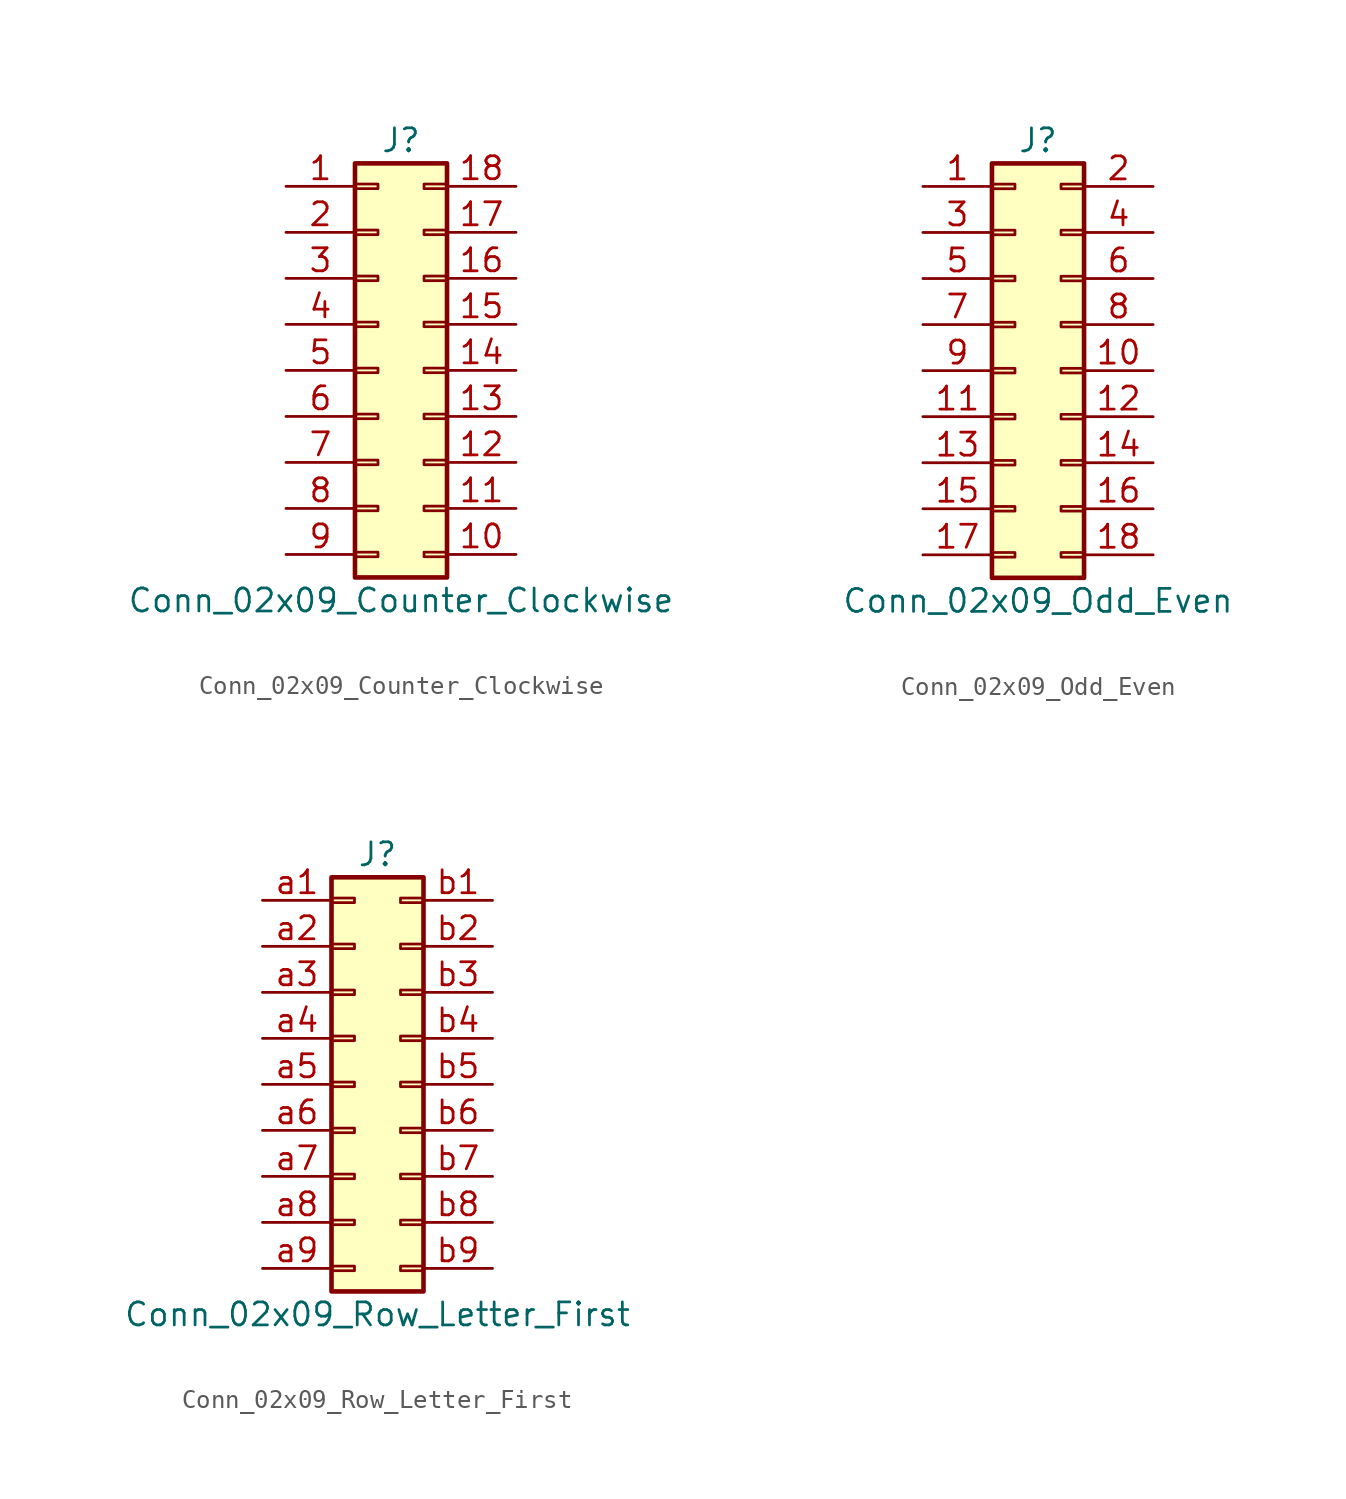
<source format=kicad_sym>
(kicad_symbol_lib
  (version 20201005)
  (generator kicad_symbol_editor)
  (symbol "Conn_02x09_Counter_Clockwise"
    (pin_names
      (offset 1.016) hide)
    (property "Reference" "J"
      (at 1.27 12.7 0)
      (effects (font (size 1.27 1.27))))
    (property "Value" "Conn_02x09_Counter_Clockwise"
      (at 1.27 -12.7 0)
      (effects (font (size 1.27 1.27))))
    (symbol "Conn_02x09_Counter_Clockwise_1_1"
      (rectangle (start -1.27 -10.033) (end 0 -10.287) (stroke (width 0.152)) (fill (type none)))
      (rectangle (start -1.27 -7.493) (end 0 -7.747) (stroke (width 0.152)) (fill (type none)))
      (rectangle (start -1.27 -4.953) (end 0 -5.207) (stroke (width 0.152)) (fill (type none)))
      (rectangle (start -1.27 -2.413) (end 0 -2.667) (stroke (width 0.152)) (fill (type none)))
      (rectangle (start -1.27 0.127) (end 0 -0.127) (stroke (width 0.152)) (fill (type none)))
      (rectangle (start -1.27 2.667) (end 0 2.413) (stroke (width 0.152)) (fill (type none)))
      (rectangle (start -1.27 5.207) (end 0 4.953) (stroke (width 0.152)) (fill (type none)))
      (rectangle (start -1.27 7.747) (end 0 7.493) (stroke (width 0.152)) (fill (type none)))
      (rectangle (start -1.27 10.287) (end 0 10.033) (stroke (width 0.152)) (fill (type none)))
      (rectangle (start -1.27 11.43) (end 3.81 -11.43) (stroke (width 0.254)) (fill (type background)))
      (rectangle (start 3.81 -10.033) (end 2.54 -10.287) (stroke (width 0.152)) (fill (type none)))
      (rectangle (start 3.81 -7.493) (end 2.54 -7.747) (stroke (width 0.152)) (fill (type none)))
      (rectangle (start 3.81 -4.953) (end 2.54 -5.207) (stroke (width 0.152)) (fill (type none)))
      (rectangle (start 3.81 -2.413) (end 2.54 -2.667) (stroke (width 0.152)) (fill (type none)))
      (rectangle (start 3.81 0.127) (end 2.54 -0.127) (stroke (width 0.152)) (fill (type none)))
      (rectangle (start 3.81 2.667) (end 2.54 2.413) (stroke (width 0.152)) (fill (type none)))
      (rectangle (start 3.81 5.207) (end 2.54 4.953) (stroke (width 0.152)) (fill (type none)))
      (rectangle (start 3.81 7.747) (end 2.54 7.493) (stroke (width 0.152)) (fill (type none)))
      (rectangle (start 3.81 10.287) (end 2.54 10.033) (stroke (width 0.152)) (fill (type none)))
      (pin passive line (at -5.08 10.16 0) (length 3.81) (name "Pin_1" (effects (font (size 1.27 1.27)))) (number "1" (effects (font (size 1.27 1.27)))))
      (pin passive line (at 7.62 -10.16 180) (length 3.81) (name "Pin_10" (effects (font (size 1.27 1.27)))) (number "10" (effects (font (size 1.27 1.27)))))
      (pin passive line (at 7.62 -7.62 180) (length 3.81) (name "Pin_11" (effects (font (size 1.27 1.27)))) (number "11" (effects (font (size 1.27 1.27)))))
      (pin passive line (at 7.62 -5.08 180) (length 3.81) (name "Pin_12" (effects (font (size 1.27 1.27)))) (number "12" (effects (font (size 1.27 1.27)))))
      (pin passive line (at 7.62 -2.54 180) (length 3.81) (name "Pin_13" (effects (font (size 1.27 1.27)))) (number "13" (effects (font (size 1.27 1.27)))))
      (pin passive line (at 7.62 0 180) (length 3.81) (name "Pin_14" (effects (font (size 1.27 1.27)))) (number "14" (effects (font (size 1.27 1.27)))))
      (pin passive line (at 7.62 2.54 180) (length 3.81) (name "Pin_15" (effects (font (size 1.27 1.27)))) (number "15" (effects (font (size 1.27 1.27)))))
      (pin passive line (at 7.62 5.08 180) (length 3.81) (name "Pin_16" (effects (font (size 1.27 1.27)))) (number "16" (effects (font (size 1.27 1.27)))))
      (pin passive line (at 7.62 7.62 180) (length 3.81) (name "Pin_17" (effects (font (size 1.27 1.27)))) (number "17" (effects (font (size 1.27 1.27)))))
      (pin passive line (at 7.62 10.16 180) (length 3.81) (name "Pin_18" (effects (font (size 1.27 1.27)))) (number "18" (effects (font (size 1.27 1.27)))))
      (pin passive line (at -5.08 7.62 0) (length 3.81) (name "Pin_2" (effects (font (size 1.27 1.27)))) (number "2" (effects (font (size 1.27 1.27)))))
      (pin passive line (at -5.08 5.08 0) (length 3.81) (name "Pin_3" (effects (font (size 1.27 1.27)))) (number "3" (effects (font (size 1.27 1.27)))))
      (pin passive line (at -5.08 2.54 0) (length 3.81) (name "Pin_4" (effects (font (size 1.27 1.27)))) (number "4" (effects (font (size 1.27 1.27)))))
      (pin passive line (at -5.08 0 0) (length 3.81) (name "Pin_5" (effects (font (size 1.27 1.27)))) (number "5" (effects (font (size 1.27 1.27)))))
      (pin passive line (at -5.08 -2.54 0) (length 3.81) (name "Pin_6" (effects (font (size 1.27 1.27)))) (number "6" (effects (font (size 1.27 1.27)))))
      (pin passive line (at -5.08 -5.08 0) (length 3.81) (name "Pin_7" (effects (font (size 1.27 1.27)))) (number "7" (effects (font (size 1.27 1.27)))))
      (pin passive line (at -5.08 -7.62 0) (length 3.81) (name "Pin_8" (effects (font (size 1.27 1.27)))) (number "8" (effects (font (size 1.27 1.27)))))
      (pin passive line (at -5.08 -10.16 0) (length 3.81) (name "Pin_9" (effects (font (size 1.27 1.27)))) (number "9" (effects (font (size 1.27 1.27)))))))
  (symbol "Conn_02x09_Odd_Even"
    (pin_names
      (offset 1.016) hide)
    (property "Reference" "J"
      (at 1.27 12.7 0)
      (effects (font (size 1.27 1.27))))
    (property "Value" "Conn_02x09_Odd_Even"
      (at 1.27 -12.7 0)
      (effects (font (size 1.27 1.27))))
    (symbol "Conn_02x09_Odd_Even_1_1"
      (rectangle (start -1.27 -10.033) (end 0 -10.287) (stroke (width 0.152)) (fill (type none)))
      (rectangle (start -1.27 -7.493) (end 0 -7.747) (stroke (width 0.152)) (fill (type none)))
      (rectangle (start -1.27 -4.953) (end 0 -5.207) (stroke (width 0.152)) (fill (type none)))
      (rectangle (start -1.27 -2.413) (end 0 -2.667) (stroke (width 0.152)) (fill (type none)))
      (rectangle (start -1.27 0.127) (end 0 -0.127) (stroke (width 0.152)) (fill (type none)))
      (rectangle (start -1.27 2.667) (end 0 2.413) (stroke (width 0.152)) (fill (type none)))
      (rectangle (start -1.27 5.207) (end 0 4.953) (stroke (width 0.152)) (fill (type none)))
      (rectangle (start -1.27 7.747) (end 0 7.493) (stroke (width 0.152)) (fill (type none)))
      (rectangle (start -1.27 10.287) (end 0 10.033) (stroke (width 0.152)) (fill (type none)))
      (rectangle (start -1.27 11.43) (end 3.81 -11.43) (stroke (width 0.254)) (fill (type background)))
      (rectangle (start 3.81 -10.033) (end 2.54 -10.287) (stroke (width 0.152)) (fill (type none)))
      (rectangle (start 3.81 -7.493) (end 2.54 -7.747) (stroke (width 0.152)) (fill (type none)))
      (rectangle (start 3.81 -4.953) (end 2.54 -5.207) (stroke (width 0.152)) (fill (type none)))
      (rectangle (start 3.81 -2.413) (end 2.54 -2.667) (stroke (width 0.152)) (fill (type none)))
      (rectangle (start 3.81 0.127) (end 2.54 -0.127) (stroke (width 0.152)) (fill (type none)))
      (rectangle (start 3.81 2.667) (end 2.54 2.413) (stroke (width 0.152)) (fill (type none)))
      (rectangle (start 3.81 5.207) (end 2.54 4.953) (stroke (width 0.152)) (fill (type none)))
      (rectangle (start 3.81 7.747) (end 2.54 7.493) (stroke (width 0.152)) (fill (type none)))
      (rectangle (start 3.81 10.287) (end 2.54 10.033) (stroke (width 0.152)) (fill (type none)))
      (pin passive line (at -5.08 10.16 0) (length 3.81) (name "Pin_1" (effects (font (size 1.27 1.27)))) (number "1" (effects (font (size 1.27 1.27)))))
      (pin passive line (at 7.62 0 180) (length 3.81) (name "Pin_10" (effects (font (size 1.27 1.27)))) (number "10" (effects (font (size 1.27 1.27)))))
      (pin passive line (at -5.08 -2.54 0) (length 3.81) (name "Pin_11" (effects (font (size 1.27 1.27)))) (number "11" (effects (font (size 1.27 1.27)))))
      (pin passive line (at 7.62 -2.54 180) (length 3.81) (name "Pin_12" (effects (font (size 1.27 1.27)))) (number "12" (effects (font (size 1.27 1.27)))))
      (pin passive line (at -5.08 -5.08 0) (length 3.81) (name "Pin_13" (effects (font (size 1.27 1.27)))) (number "13" (effects (font (size 1.27 1.27)))))
      (pin passive line (at 7.62 -5.08 180) (length 3.81) (name "Pin_14" (effects (font (size 1.27 1.27)))) (number "14" (effects (font (size 1.27 1.27)))))
      (pin passive line (at -5.08 -7.62 0) (length 3.81) (name "Pin_15" (effects (font (size 1.27 1.27)))) (number "15" (effects (font (size 1.27 1.27)))))
      (pin passive line (at 7.62 -7.62 180) (length 3.81) (name "Pin_16" (effects (font (size 1.27 1.27)))) (number "16" (effects (font (size 1.27 1.27)))))
      (pin passive line (at -5.08 -10.16 0) (length 3.81) (name "Pin_17" (effects (font (size 1.27 1.27)))) (number "17" (effects (font (size 1.27 1.27)))))
      (pin passive line (at 7.62 -10.16 180) (length 3.81) (name "Pin_18" (effects (font (size 1.27 1.27)))) (number "18" (effects (font (size 1.27 1.27)))))
      (pin passive line (at 7.62 10.16 180) (length 3.81) (name "Pin_2" (effects (font (size 1.27 1.27)))) (number "2" (effects (font (size 1.27 1.27)))))
      (pin passive line (at -5.08 7.62 0) (length 3.81) (name "Pin_3" (effects (font (size 1.27 1.27)))) (number "3" (effects (font (size 1.27 1.27)))))
      (pin passive line (at 7.62 7.62 180) (length 3.81) (name "Pin_4" (effects (font (size 1.27 1.27)))) (number "4" (effects (font (size 1.27 1.27)))))
      (pin passive line (at -5.08 5.08 0) (length 3.81) (name "Pin_5" (effects (font (size 1.27 1.27)))) (number "5" (effects (font (size 1.27 1.27)))))
      (pin passive line (at 7.62 5.08 180) (length 3.81) (name "Pin_6" (effects (font (size 1.27 1.27)))) (number "6" (effects (font (size 1.27 1.27)))))
      (pin passive line (at -5.08 2.54 0) (length 3.81) (name "Pin_7" (effects (font (size 1.27 1.27)))) (number "7" (effects (font (size 1.27 1.27)))))
      (pin passive line (at 7.62 2.54 180) (length 3.81) (name "Pin_8" (effects (font (size 1.27 1.27)))) (number "8" (effects (font (size 1.27 1.27)))))
      (pin passive line (at -5.08 0 0) (length 3.81) (name "Pin_9" (effects (font (size 1.27 1.27)))) (number "9" (effects (font (size 1.27 1.27)))))))
  (symbol "Conn_02x09_Row_Letter_First"
    (pin_names
      (offset 1.016) hide)
    (property "Reference" "J"
      (at 1.27 12.7 0)
      (effects (font (size 1.27 1.27))))
    (property "Value" "Conn_02x09_Row_Letter_First"
      (at 1.27 -12.7 0)
      (effects (font (size 1.27 1.27))))
    (symbol "Conn_02x09_Row_Letter_First_1_1"
      (rectangle (start -1.27 -10.033) (end 0 -10.287) (stroke (width 0.152)) (fill (type none)))
      (rectangle (start -1.27 -7.493) (end 0 -7.747) (stroke (width 0.152)) (fill (type none)))
      (rectangle (start -1.27 -4.953) (end 0 -5.207) (stroke (width 0.152)) (fill (type none)))
      (rectangle (start -1.27 -2.413) (end 0 -2.667) (stroke (width 0.152)) (fill (type none)))
      (rectangle (start -1.27 0.127) (end 0 -0.127) (stroke (width 0.152)) (fill (type none)))
      (rectangle (start -1.27 2.667) (end 0 2.413) (stroke (width 0.152)) (fill (type none)))
      (rectangle (start -1.27 5.207) (end 0 4.953) (stroke (width 0.152)) (fill (type none)))
      (rectangle (start -1.27 7.747) (end 0 7.493) (stroke (width 0.152)) (fill (type none)))
      (rectangle (start -1.27 10.287) (end 0 10.033) (stroke (width 0.152)) (fill (type none)))
      (rectangle (start -1.27 11.43) (end 3.81 -11.43) (stroke (width 0.254)) (fill (type background)))
      (rectangle (start 3.81 -10.033) (end 2.54 -10.287) (stroke (width 0.152)) (fill (type none)))
      (rectangle (start 3.81 -7.493) (end 2.54 -7.747) (stroke (width 0.152)) (fill (type none)))
      (rectangle (start 3.81 -4.953) (end 2.54 -5.207) (stroke (width 0.152)) (fill (type none)))
      (rectangle (start 3.81 -2.413) (end 2.54 -2.667) (stroke (width 0.152)) (fill (type none)))
      (rectangle (start 3.81 0.127) (end 2.54 -0.127) (stroke (width 0.152)) (fill (type none)))
      (rectangle (start 3.81 2.667) (end 2.54 2.413) (stroke (width 0.152)) (fill (type none)))
      (rectangle (start 3.81 5.207) (end 2.54 4.953) (stroke (width 0.152)) (fill (type none)))
      (rectangle (start 3.81 7.747) (end 2.54 7.493) (stroke (width 0.152)) (fill (type none)))
      (rectangle (start 3.81 10.287) (end 2.54 10.033) (stroke (width 0.152)) (fill (type none)))
      (pin passive line (at -5.08 10.16 0) (length 3.81) (name "Pin_a1" (effects (font (size 1.27 1.27)))) (number "a1" (effects (font (size 1.27 1.27)))))
      (pin passive line (at -5.08 7.62 0) (length 3.81) (name "Pin_a2" (effects (font (size 1.27 1.27)))) (number "a2" (effects (font (size 1.27 1.27)))))
      (pin passive line (at -5.08 5.08 0) (length 3.81) (name "Pin_a3" (effects (font (size 1.27 1.27)))) (number "a3" (effects (font (size 1.27 1.27)))))
      (pin passive line (at -5.08 2.54 0) (length 3.81) (name "Pin_a4" (effects (font (size 1.27 1.27)))) (number "a4" (effects (font (size 1.27 1.27)))))
      (pin passive line (at -5.08 0 0) (length 3.81) (name "Pin_a5" (effects (font (size 1.27 1.27)))) (number "a5" (effects (font (size 1.27 1.27)))))
      (pin passive line (at -5.08 -2.54 0) (length 3.81) (name "Pin_a6" (effects (font (size 1.27 1.27)))) (number "a6" (effects (font (size 1.27 1.27)))))
      (pin passive line (at -5.08 -5.08 0) (length 3.81) (name "Pin_a7" (effects (font (size 1.27 1.27)))) (number "a7" (effects (font (size 1.27 1.27)))))
      (pin passive line (at -5.08 -7.62 0) (length 3.81) (name "Pin_a8" (effects (font (size 1.27 1.27)))) (number "a8" (effects (font (size 1.27 1.27)))))
      (pin passive line (at -5.08 -10.16 0) (length 3.81) (name "Pin_a9" (effects (font (size 1.27 1.27)))) (number "a9" (effects (font (size 1.27 1.27)))))
      (pin passive line (at 7.62 10.16 180) (length 3.81) (name "Pin_b1" (effects (font (size 1.27 1.27)))) (number "b1" (effects (font (size 1.27 1.27)))))
      (pin passive line (at 7.62 7.62 180) (length 3.81) (name "Pin_b2" (effects (font (size 1.27 1.27)))) (number "b2" (effects (font (size 1.27 1.27)))))
      (pin passive line (at 7.62 5.08 180) (length 3.81) (name "Pin_b3" (effects (font (size 1.27 1.27)))) (number "b3" (effects (font (size 1.27 1.27)))))
      (pin passive line (at 7.62 2.54 180) (length 3.81) (name "Pin_b4" (effects (font (size 1.27 1.27)))) (number "b4" (effects (font (size 1.27 1.27)))))
      (pin passive line (at 7.62 0 180) (length 3.81) (name "Pin_b5" (effects (font (size 1.27 1.27)))) (number "b5" (effects (font (size 1.27 1.27)))))
      (pin passive line (at 7.62 -2.54 180) (length 3.81) (name "Pin_b6" (effects (font (size 1.27 1.27)))) (number "b6" (effects (font (size 1.27 1.27)))))
      (pin passive line (at 7.62 -5.08 180) (length 3.81) (name "Pin_b7" (effects (font (size 1.27 1.27)))) (number "b7" (effects (font (size 1.27 1.27)))))
      (pin passive line (at 7.62 -7.62 180) (length 3.81) (name "Pin_b8" (effects (font (size 1.27 1.27)))) (number "b8" (effects (font (size 1.27 1.27)))))
      (pin passive line (at 7.62 -10.16 180) (length 3.81) (name "Pin_b9" (effects (font (size 1.27 1.27)))) (number "b9" (effects (font (size 1.27 1.27))))))))
</source>
